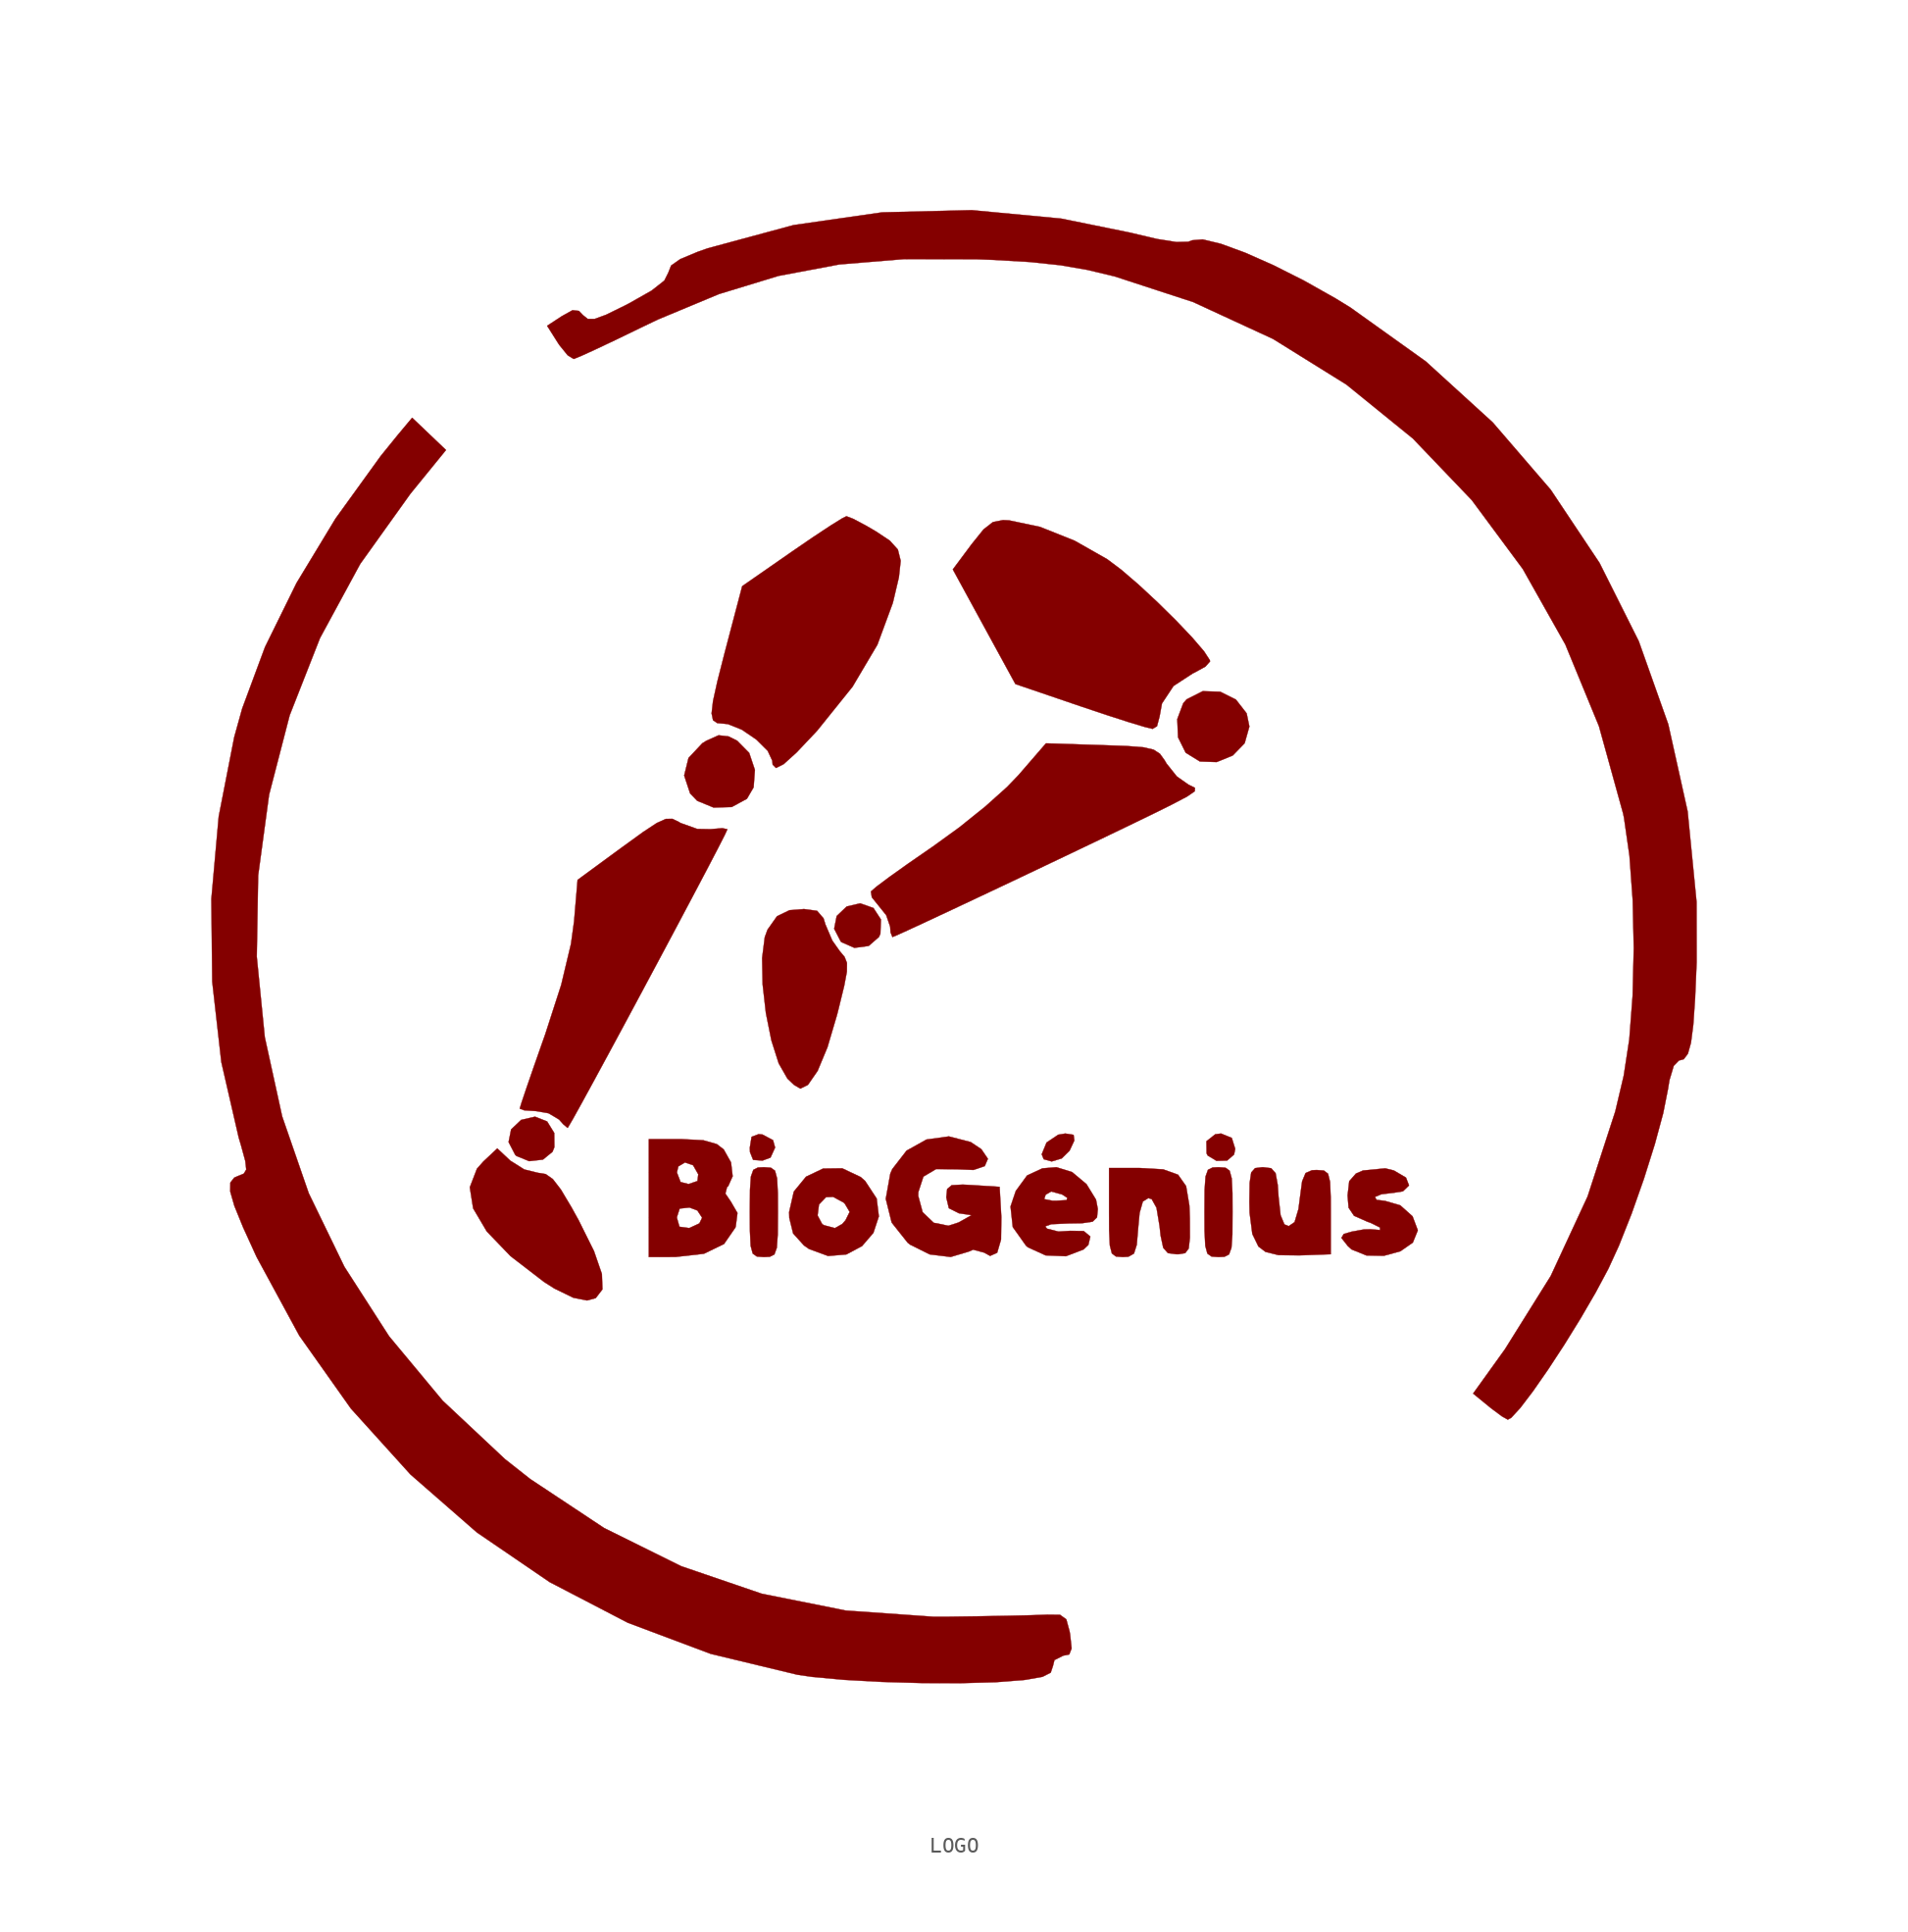
<source format=kicad_sym>
(kicad_symbol_lib
  (version 20220914)
  (generator bitmap2component)
  (symbol "LOGO"
    (pin_names
      (offset 1.016))
    (property "Reference" "#G"
      (at 0 46.587 0)
      (effects (font (size 1.27 1.27)) hide))
    (symbol "LOGO_0_0"
      (polyline (pts (xy 2.799 -46.769) (xy 4.561 -46.633) (xy 4.704 -46.615) (xy 5.773 -46.426) (xy 6.299 -46.16) (xy 6.439 -45.742) (xy 6.537 -45.358) (xy 7.099 -45.076) (xy 7.48 -45.001) (xy 7.631 -44.618) (xy 7.536 -43.734) (xy 7.501 -43.529) (xy 7.293 -42.763) (xy 6.893 -42.474) (xy 6.072 -42.465) (xy 5.944 -42.471) (xy 4.993 -42.503) (xy 3.539 -42.537) (xy 1.757 -42.568) (xy -0.179 -42.595) (xy -1.195 -42.596) (xy -6.771 -42.202) (xy -12.123 -41.129) (xy -17.255 -39.376) (xy -22.172 -36.94) (xy -26.877 -33.821) (xy -28.485 -32.553) (xy -32.458 -28.828) (xy -35.872 -24.724) (xy -38.719 -20.299) (xy -40.994 -15.609) (xy -42.688 -10.714) (xy -43.795 -5.669) (xy -44.307 -0.534) (xy -44.219 4.635) (xy -43.522 9.78) (xy -42.21 14.842) (xy -40.276 19.766) (xy -37.712 24.492) (xy -34.512 28.964) (xy -32.244 31.75) (xy -33.323 32.779) (xy -34.402 33.807) (xy -35.3 32.734) (xy -36.409 31.366) (xy -39.288 27.381) (xy -41.774 23.275) (xy -43.784 19.191) (xy -45.236 15.278) (xy -45.742 13.46) (xy -46.733 8.393) (xy -47.201 3.14) (xy -47.145 -2.131) (xy -46.565 -7.255) (xy -45.458 -12.062) (xy -45.31 -12.562) (xy -45.038 -13.557) (xy -44.977 -14.099) (xy -45.131 -14.36) (xy -45.502 -14.511) (xy -45.743 -14.616) (xy -45.992 -14.935) (xy -45.997 -15.504) (xy -45.734 -16.419) (xy -45.182 -17.775) (xy -44.319 -19.668) (xy -41.597 -24.684) (xy -38.305 -29.335) (xy -34.514 -33.528) (xy -30.276 -37.226) (xy -25.64 -40.39) (xy -20.655 -42.982) (xy -15.371 -44.963) (xy -9.838 -46.296) (xy -8.891 -46.432) (xy -6.877 -46.618) (xy -4.488 -46.75) (xy -1.938 -46.822) (xy 0.561 -46.83) (xy 2.799 -46.769)) (stroke (width 0.01) (type default)) (fill (type outline)))
      (polyline (pts (xy 35.653 -29.917) (xy 36.23 -29.29) (xy 37.036 -28.231) (xy 37.995 -26.853) (xy 39.031 -25.27) (xy 40.067 -23.595) (xy 41.029 -21.943) (xy 41.841 -20.426) (xy 42.516 -18.953) (xy 43.324 -16.915) (xy 44.11 -14.688) (xy 44.805 -12.482) (xy 45.339 -10.507) (xy 45.643 -8.972) (xy 45.736 -8.403) (xy 46.01 -7.49) (xy 46.336 -7.155) (xy 46.65 -7.068) (xy 46.912 -6.719) (xy 47.108 -6.019) (xy 47.256 -4.875) (xy 47.371 -3.197) (xy 47.469 -0.894) (xy 47.464 2.948) (xy 46.895 8.722) (xy 45.661 14.273) (xy 43.782 19.565) (xy 41.277 24.561) (xy 38.167 29.222) (xy 34.47 33.513) (xy 30.207 37.395) (xy 25.398 40.833) (xy 24.45 41.414) (xy 22.45 42.541) (xy 20.49 43.529) (xy 18.684 44.328) (xy 17.145 44.891) (xy 15.987 45.169) (xy 15.321 45.116) (xy 15.066 45.02) (xy 14.309 45.002) (xy 13.083 45.197) (xy 11.285 45.618) (xy 6.958 46.498) (xy 1.267 47.035) (xy -4.447 46.895) (xy -10.089 46.084) (xy -15.562 44.605) (xy -16.191 44.385) (xy -17.311 43.918) (xy -17.897 43.506) (xy -18.066 43.077) (xy -18.066 43.069) (xy -18.328 42.548) (xy -19.141 41.908) (xy -20.57 41.098) (xy -20.863 40.947) (xy -22.04 40.37) (xy -22.774 40.102) (xy -23.214 40.105) (xy -23.508 40.341) (xy -23.773 40.614) (xy -24.182 40.659) (xy -24.871 40.274) (xy -25.8 39.666) (xy -25.114 38.582) (xy -25.021 38.44) (xy -24.492 37.789) (xy -24.109 37.551) (xy -24.104 37.552) (xy -23.656 37.732) (xy -22.708 38.164) (xy -21.395 38.785) (xy -19.855 39.532) (xy -18.728 40.071) (xy -14.839 41.69) (xy -11.053 42.845) (xy -7.182 43.574) (xy -3.041 43.916) (xy 1.559 43.908) (xy 2.645 43.866) (xy 4.989 43.729) (xy 6.916 43.525) (xy 8.64 43.228) (xy 10.377 42.812) (xy 15.381 41.177) (xy 20.47 38.828) (xy 25.146 35.919) (xy 29.379 32.484) (xy 33.136 28.557) (xy 36.386 24.17) (xy 39.099 19.357) (xy 41.242 14.152) (xy 42.783 8.586) (xy 42.84 8.308) (xy 43.186 5.902) (xy 43.393 3.061) (xy 43.461 0.011) (xy 43.388 -3.021) (xy 43.176 -5.806) (xy 42.822 -8.118) (xy 42.283 -10.395) (xy 40.521 -15.809) (xy 38.168 -20.883) (xy 35.253 -25.546) (xy 33.221 -28.375) (xy 34.23 -29.2) (xy 34.372 -29.315) (xy 35.054 -29.824) (xy 35.433 -30.038) (xy 35.653 -29.917)) (stroke (width 0.01) (type default)) (fill (type outline)))
      (polyline (pts (xy -22.701 -22.293) (xy -22.274 -21.738) (xy -22.31 -20.75) (xy -22.812 -19.297) (xy -23.784 -17.343) (xy -24.247 -16.505) (xy -24.924 -15.372) (xy -25.44 -14.705) (xy -25.892 -14.389) (xy -26.379 -14.31) (xy -27.256 -14.095) (xy -28.149 -13.532) (xy -28.977 -12.754) (xy -29.872 -13.594) (xy -30.271 -14.045) (xy -30.728 -15.232) (xy -30.515 -16.575) (xy -29.646 -18.046) (xy -28.135 -19.617) (xy -25.996 -21.263) (xy -25.327 -21.688) (xy -24.128 -22.27) (xy -23.253 -22.443) (xy -22.701 -22.293)) (stroke (width 0.01) (type default)) (fill (type outline)))
      (polyline (pts (xy -17.619 -19.671) (xy -15.806 -19.466) (xy -14.523 -18.845) (xy -13.803 -17.801) (xy -13.778 -17.728) (xy -13.668 -16.868) (xy -14.089 -16.145) (xy -14.437 -15.633) (xy -14.333 -15.219) (xy -14.261 -15.166) (xy -13.975 -14.529) (xy -14.078 -13.648) (xy -14.544 -12.818) (xy -14.984 -12.479) (xy -15.849 -12.234) (xy -17.227 -12.163) (xy -19.318 -12.163) (xy -19.318 -14.284) (xy -17.529 -14.284) (xy -17.436 -13.901) (xy -17.014 -13.649) (xy -16.498 -13.824) (xy -16.166 -14.403) (xy -16.218 -14.833) (xy -16.788 -15.025) (xy -17.294 -14.895) (xy -17.529 -14.284) (xy -19.318 -14.284) (xy -19.318 -15.92) (xy -19.318 -17.172) (xy -17.529 -17.172) (xy -17.529 -17.14) (xy -17.352 -16.587) (xy -16.725 -16.521) (xy -16.224 -16.709) (xy -15.92 -17.172) (xy -16.095 -17.53) (xy -16.725 -17.823) (xy -16.758 -17.827) (xy -17.366 -17.745) (xy -17.529 -17.172) (xy -19.318 -17.172) (xy -19.318 -19.676) (xy -17.619 -19.671)) (stroke (width 0.01) (type default)) (fill (type outline)))
      (polyline (pts (xy -11.608 -19.659) (xy -11.313 -19.51) (xy -11.159 -19.083) (xy -11.1 -18.233) (xy -11.09 -16.814) (xy -11.095 -15.608) (xy -11.142 -14.665) (xy -11.275 -14.171) (xy -11.541 -13.983) (xy -11.985 -13.952) (xy -12.361 -13.97) (xy -12.656 -14.118) (xy -12.81 -14.545) (xy -12.869 -15.395) (xy -12.879 -16.814) (xy -12.873 -18.02) (xy -12.827 -18.964) (xy -12.694 -19.457) (xy -12.428 -19.645) (xy -11.985 -19.676) (xy -11.608 -19.659)) (stroke (width 0.01) (type default)) (fill (type outline)))
      (polyline (pts (xy -6.728 -19.51) (xy -5.73 -18.981) (xy -5.003 -18.136) (xy -4.656 -17.086) (xy -4.795 -15.947) (xy -5.529 -14.83) (xy -5.811 -14.579) (xy -6.991 -14.022) (xy -8.211 -14.038) (xy -9.297 -14.556) (xy -10.076 -15.505) (xy -10.375 -16.814) (xy -10.369 -17.024) (xy -8.561 -17.024) (xy -8.472 -16.33) (xy -8.021 -15.86) (xy -7.568 -15.844) (xy -6.89 -16.211) (xy -6.828 -16.274) (xy -6.517 -16.799) (xy -6.782 -17.333) (xy -6.992 -17.571) (xy -7.459 -17.833) (xy -8.139 -17.65) (xy -8.266 -17.579) (xy -8.561 -17.024) (xy -10.369 -17.024) (xy -10.365 -17.177) (xy -10.119 -18.175) (xy -9.432 -18.935) (xy -9.106 -19.164) (xy -7.889 -19.609) (xy -6.728 -19.51)) (stroke (width 0.01) (type default)) (fill (type outline)))
      (polyline (pts (xy 1.061 -19.333) (xy 1.357 -19.208) (xy 2.06 -19.395) (xy 2.436 -19.604) (xy 2.886 -19.402) (xy 3.131 -18.566) (xy 3.151 -17.134) (xy 3.041 -15.204) (xy 1.342 -15.095) (xy 0.694 -15.06) (xy -0.015 -15.099) (xy -0.303 -15.342) (xy -0.358 -15.875) (xy -0.194 -16.565) (xy 0.447 -16.887) (xy 1.252 -17.009) (xy 0.423 -17.473) (xy -0.222 -17.681) (xy -1.159 -17.493) (xy -1.866 -16.814) (xy -2.146 -15.776) (xy -2.139 -15.537) (xy -1.816 -14.55) (xy -1.004 -14.07) (xy 0.318 -14.083) (xy 1.374 -14.126) (xy 2.095 -13.882) (xy 2.295 -13.415) (xy 1.877 -12.802) (xy 1.196 -12.348) (xy -0.193 -11.99) (xy -1.621 -12.188) (xy -2.89 -12.896) (xy -3.8 -14.071) (xy -3.926 -14.361) (xy -4.215 -15.967) (xy -3.837 -17.481) (xy -2.822 -18.76) (xy -2.667 -18.884) (xy -1.413 -19.508) (xy -0.079 -19.671) (xy 1.061 -19.333)) (stroke (width 0.01) (type default)) (fill (type outline)))
      (polyline (pts (xy 8.393 -19.194) (xy 8.698 -18.904) (xy 8.824 -18.369) (xy 8.402 -18.019) (xy 7.542 -18.007) (xy 6.791 -18.052) (xy 6.065 -17.869) (xy 5.948 -17.721) (xy 6.34 -17.583) (xy 7.423 -17.535) (xy 8.291 -17.521) (xy 8.972 -17.421) (xy 9.249 -17.15) (xy 9.301 -16.619) (xy 9.186 -16.018) (xy 8.579 -15.03) (xy 7.66 -14.261) (xy 6.664 -13.952) (xy 5.766 -14.025) (xy 4.792 -14.478) (xy 4.072 -15.465) (xy 3.896 -15.985) (xy 5.88 -15.985) (xy 5.976 -15.704) (xy 6.331 -15.499) (xy 7.031 -15.693) (xy 7.353 -15.903) (xy 7.315 -16.049) (xy 6.636 -16.088) (xy 6.405 -16.086) (xy 5.88 -15.985) (xy 3.896 -15.985) (xy 3.737 -16.457) (xy 3.88 -17.765) (xy 4.723 -18.951) (xy 4.848 -19.058) (xy 5.974 -19.571) (xy 7.268 -19.623) (xy 8.393 -19.194)) (stroke (width 0.01) (type default)) (fill (type outline)))
      (polyline (pts (xy 11.25 -19.655) (xy 11.605 -19.455) (xy 11.783 -18.895) (xy 11.876 -17.798) (xy 11.963 -16.867) (xy 12.171 -16.137) (xy 12.521 -15.92) (xy 12.737 -15.989) (xy 13.042 -16.537) (xy 13.237 -17.708) (xy 13.304 -18.313) (xy 13.471 -19.092) (xy 13.77 -19.426) (xy 14.31 -19.497) (xy 14.448 -19.496) (xy 14.873 -19.426) (xy 15.094 -19.13) (xy 15.171 -18.443) (xy 15.166 -17.205) (xy 15.137 -16.399) (xy 14.928 -15.156) (xy 14.415 -14.429) (xy 13.466 -14.088) (xy 11.951 -14.003) (xy 10.017 -14.003) (xy 10.017 -16.84) (xy 10.022 -17.974) (xy 10.067 -18.939) (xy 10.197 -19.446) (xy 10.457 -19.643) (xy 10.893 -19.676) (xy 11.25 -19.655)) (stroke (width 0.01) (type default)) (fill (type outline)))
      (polyline (pts (xy 17.37 -19.659) (xy 17.665 -19.51) (xy 17.819 -19.083) (xy 17.878 -18.233) (xy 17.887 -16.814) (xy 17.882 -15.608) (xy 17.835 -14.665) (xy 17.702 -14.171) (xy 17.437 -13.983) (xy 16.993 -13.952) (xy 16.616 -13.97) (xy 16.321 -14.118) (xy 16.167 -14.545) (xy 16.108 -15.395) (xy 16.099 -16.814) (xy 16.104 -18.02) (xy 16.151 -18.964) (xy 16.284 -19.457) (xy 16.549 -19.645) (xy 16.993 -19.676) (xy 17.37 -19.659)) (stroke (width 0.01) (type default)) (fill (type outline)))
      (polyline (pts (xy 24.148 -19.497) (xy 24.148 -16.814) (xy 24.145 -15.872) (xy 24.104 -14.884) (xy 23.975 -14.365) (xy 23.709 -14.164) (xy 23.254 -14.131) (xy 22.95 -14.145) (xy 22.543 -14.323) (xy 22.322 -14.855) (xy 22.18 -15.92) (xy 22.09 -16.616) (xy 21.842 -17.45) (xy 21.465 -17.708) (xy 21.192 -17.593) (xy 20.95 -17.01) (xy 20.82 -15.83) (xy 20.766 -15.067) (xy 20.631 -14.329) (xy 20.352 -14.017) (xy 19.836 -13.952) (xy 19.779 -13.952) (xy 19.323 -14.011) (xy 19.078 -14.288) (xy 18.979 -14.949) (xy 18.961 -16.16) (xy 18.975 -16.853) (xy 19.149 -18.206) (xy 19.538 -19.006) (xy 19.991 -19.349) (xy 20.813 -19.552) (xy 22.132 -19.57) (xy 24.148 -19.497)) (stroke (width 0.01) (type default)) (fill (type outline)))
      (polyline (pts (xy 28.589 -19.307) (xy 29.381 -18.754) (xy 29.693 -17.985) (xy 29.693 -17.959) (xy 29.362 -17.08) (xy 28.582 -16.383) (xy 27.61 -16.099) (xy 27.069 -16.032) (xy 26.964 -15.847) (xy 27.377 -15.675) (xy 28.186 -15.578) (xy 28.75 -15.487) (xy 29.137 -15.114) (xy 28.944 -14.614) (xy 28.173 -14.16) (xy 27.62 -14.024) (xy 26.205 -14.16) (xy 25.754 -14.355) (xy 25.326 -14.843) (xy 25.221 -15.749) (xy 25.284 -16.532) (xy 25.631 -17.047) (xy 26.473 -17.42) (xy 26.69 -17.498) (xy 27.283 -17.792) (xy 27.289 -17.955) (xy 26.675 -17.907) (xy 26.268 -17.916) (xy 25.472 -18.061) (xy 24.974 -18.207) (xy 24.826 -18.455) (xy 25.236 -18.977) (xy 25.48 -19.195) (xy 26.423 -19.576) (xy 27.531 -19.597) (xy 28.589 -19.307)) (stroke (width 0.01) (type default)) (fill (type outline)))
      (polyline (pts (xy -26.065 -13.467) (xy -25.455 -12.968) (xy -25.338 -12.675) (xy -25.347 -11.769) (xy -25.8 -11.035) (xy -26.569 -10.732) (xy -27.453 -10.936) (xy -28.094 -11.541) (xy -28.256 -12.351) (xy -27.833 -13.165) (xy -27.756 -13.235) (xy -26.946 -13.566) (xy -26.065 -13.467)) (stroke (width 0.01) (type default)) (fill (type outline)))
      (polyline (pts (xy -11.561 -13.34) (xy -11.269 -12.7) (xy -11.401 -12.226) (xy -12.074 -11.87) (xy -12.319 -11.846) (xy -12.768 -12.016) (xy -12.879 -12.7) (xy -12.87 -12.986) (xy -12.67 -13.485) (xy -12.074 -13.53) (xy -11.561 -13.34)) (stroke (width 0.01) (type default)) (fill (type outline)))
      (polyline (pts (xy 7.002 -13.393) (xy 7.5 -12.902) (xy 7.804 -12.25) (xy 7.756 -11.889) (xy 7.226 -11.806) (xy 6.776 -11.881) (xy 6.034 -12.378) (xy 5.724 -13.129) (xy 5.854 -13.444) (xy 6.361 -13.585) (xy 7.002 -13.393)) (stroke (width 0.01) (type default)) (fill (type outline)))
      (polyline (pts (xy 17.543 -13.528) (xy 17.984 -13.147) (xy 18.06 -12.786) (xy 17.84 -12.086) (xy 17.155 -11.806) (xy 16.785 -11.853) (xy 16.223 -12.298) (xy 16.235 -13.075) (xy 16.311 -13.215) (xy 16.863 -13.546) (xy 17.543 -13.528)) (stroke (width 0.01) (type default)) (fill (type outline)))
      (polyline (pts (xy -24.465 -11.409) (xy -24.172 -10.909) (xy -23.614 -9.903) (xy -22.839 -8.485) (xy -21.899 -6.751) (xy -20.844 -4.795) (xy -19.724 -2.709) (xy -18.59 -0.589) (xy -17.492 1.471) (xy -16.481 3.377) (xy -15.607 5.035) (xy -14.92 6.351) (xy -14.471 7.231) (xy -14.31 7.58) (xy -14.31 7.584) (xy -14.634 7.651) (xy -15.384 7.589) (xy -16.238 7.605) (xy -17.306 7.987) (xy -17.407 8.052) (xy -17.81 8.247) (xy -18.234 8.242) (xy -18.816 7.979) (xy -19.694 7.4) (xy -21.006 6.449) (xy -23.859 4.356) (xy -24.082 1.714) (xy -24.279 0.281) (xy -24.902 -2.329) (xy -25.926 -5.495) (xy -26.089 -5.955) (xy -26.66 -7.583) (xy -27.123 -8.922) (xy -27.433 -9.843) (xy -27.546 -10.219) (xy -27.252 -10.328) (xy -26.517 -10.375) (xy -25.71 -10.514) (xy -25.042 -10.911) (xy -24.775 -11.212) (xy -24.495 -11.448) (xy -24.465 -11.409)) (stroke (width 0.01) (type default)) (fill (type outline)))
      (polyline (pts (xy -9.177 -8.707) (xy -8.558 -7.814) (xy -7.93 -6.306) (xy -7.319 -4.237) (xy -7.206 -3.79) (xy -6.864 -2.394) (xy -6.694 -1.494) (xy -6.689 -0.93) (xy -6.841 -0.547) (xy -7.145 -0.185) (xy -7.625 0.494) (xy -8.062 1.52) (xy -8.181 1.907) (xy -8.593 2.386) (xy -9.43 2.499) (xy -10.351 2.425) (xy -11.147 2.041) (xy -11.752 1.186) (xy -11.928 0.705) (xy -12.096 -0.624) (xy -12.063 -2.304) (xy -11.857 -4.123) (xy -11.506 -5.871) (xy -11.039 -7.335) (xy -10.484 -8.305) (xy -10.064 -8.707) (xy -9.659 -8.944) (xy -9.177 -8.707)) (stroke (width 0.01) (type default)) (fill (type outline)))
      (polyline (pts (xy -5.305 0.148) (xy -4.651 0.716) (xy -4.558 0.925) (xy -4.524 1.837) (xy -4.999 2.565) (xy -5.844 2.862) (xy -6.705 2.662) (xy -7.343 2.055) (xy -7.504 1.243) (xy -7.083 0.429) (xy -7.043 0.391) (xy -6.214 0.027) (xy -5.305 0.148)) (stroke (width 0.01) (type default)) (fill (type outline)))
      (polyline (pts (xy -3.592 0.794) (xy -2.834 1.136) (xy -1.605 1.705) (xy -0.006 2.452) (xy 1.861 3.331) (xy 3.897 4.293) (xy 5.999 5.291) (xy 8.068 6.277) (xy 10.001 7.202) (xy 11.699 8.019) (xy 13.061 8.681) (xy 13.984 9.139) (xy 14.983 9.662) (xy 15.481 10.005) (xy 15.492 10.225) (xy 15.099 10.418) (xy 15.087 10.422) (xy 14.338 10.948) (xy 13.677 11.777) (xy 13.557 11.983) (xy 13.257 12.397) (xy 12.859 12.656) (xy 12.208 12.806) (xy 11.151 12.888) (xy 9.532 12.946) (xy 5.995 13.058) (xy 4.237 11.027) (xy 3.514 10.275) (xy 2.127 9.032) (xy 0.473 7.705) (xy -1.248 6.459) (xy -1.384 6.366) (xy -2.8 5.387) (xy -3.982 4.545) (xy -4.809 3.926) (xy -5.162 3.619) (xy -5.103 3.247) (xy -4.642 2.675) (xy -4.186 2.107) (xy -3.935 1.376) (xy -3.911 1.014) (xy -3.79 0.716) (xy -3.592 0.794)) (stroke (width 0.01) (type default)) (fill (type outline)))
      (polyline (pts (xy -14.034 9) (xy -13.064 9.525) (xy -12.638 10.255) (xy -12.557 11.367) (xy -12.921 12.451) (xy -13.684 13.225) (xy -14.234 13.5) (xy -14.87 13.572) (xy -15.647 13.226) (xy -15.908 13.064) (xy -16.789 12.126) (xy -17.064 11.008) (xy -16.686 9.866) (xy -16.232 9.395) (xy -15.188 8.966) (xy -14.034 9)) (stroke (width 0.01) (type default)) (fill (type outline)))
      (polyline (pts (xy -10.723 11.732) (xy -9.907 12.469) (xy -8.707 13.736) (xy -8.566 13.891) (xy -6.332 16.668) (xy -4.748 19.343) (xy -3.772 21.987) (xy -3.743 22.096) (xy -3.378 23.643) (xy -3.264 24.689) (xy -3.444 25.409) (xy -3.957 25.977) (xy -4.844 26.565) (xy -5.478 26.936) (xy -6.297 27.369) (xy -6.722 27.53) (xy -6.99 27.398) (xy -7.747 26.927) (xy -8.851 26.198) (xy -10.171 25.294) (xy -13.366 23.075) (xy -14.355 19.318) (xy -14.492 18.799) (xy -14.952 16.994) (xy -15.226 15.751) (xy -15.316 14.965) (xy -15.225 14.532) (xy -14.957 14.348) (xy -14.516 14.31) (xy -14.267 14.282) (xy -13.384 13.926) (xy -12.464 13.299) (xy -11.741 12.582) (xy -11.448 11.953) (xy -11.426 11.704) (xy -11.211 11.489) (xy -10.723 11.732)) (stroke (width 0.01) (type default)) (fill (type outline)))
      (polyline (pts (xy 17.898 12.281) (xy 18.66 13.065) (xy 18.961 14.131) (xy 18.786 14.972) (xy 18.106 15.846) (xy 17.105 16.346) (xy 15.989 16.382) (xy 14.964 15.864) (xy 14.748 15.62) (xy 14.365 14.603) (xy 14.414 13.442) (xy 14.902 12.46) (xy 15.806 11.902) (xy 16.877 11.865) (xy 17.898 12.281)) (stroke (width 0.01) (type default)) (fill (type outline)))
      (polyline (pts (xy 13.072 14.146) (xy 13.237 14.767) (xy 13.388 15.597) (xy 14.127 16.714) (xy 15.369 17.524) (xy 15.442 17.555) (xy 16.161 17.949) (xy 16.456 18.282) (xy 16.439 18.361) (xy 16.07 18.927) (xy 15.312 19.81) (xy 14.284 20.891) (xy 13.108 22.05) (xy 11.905 23.167) (xy 10.795 24.121) (xy 9.899 24.794) (xy 7.821 25.972) (xy 5.622 26.851) (xy 3.646 27.267) (xy 3.26 27.285) (xy 2.612 27.157) (xy 2.017 26.692) (xy 1.261 25.754) (xy 0.059 24.141) (xy 2.053 20.488) (xy 4.048 16.836) (xy 8.195 15.422) (xy 8.232 15.41) (xy 9.866 14.863) (xy 11.269 14.411) (xy 12.293 14.102) (xy 12.79 13.98) (xy 13.072 14.146)) (stroke (width 0.01) (type default)) (fill (type outline))))))
</source>
